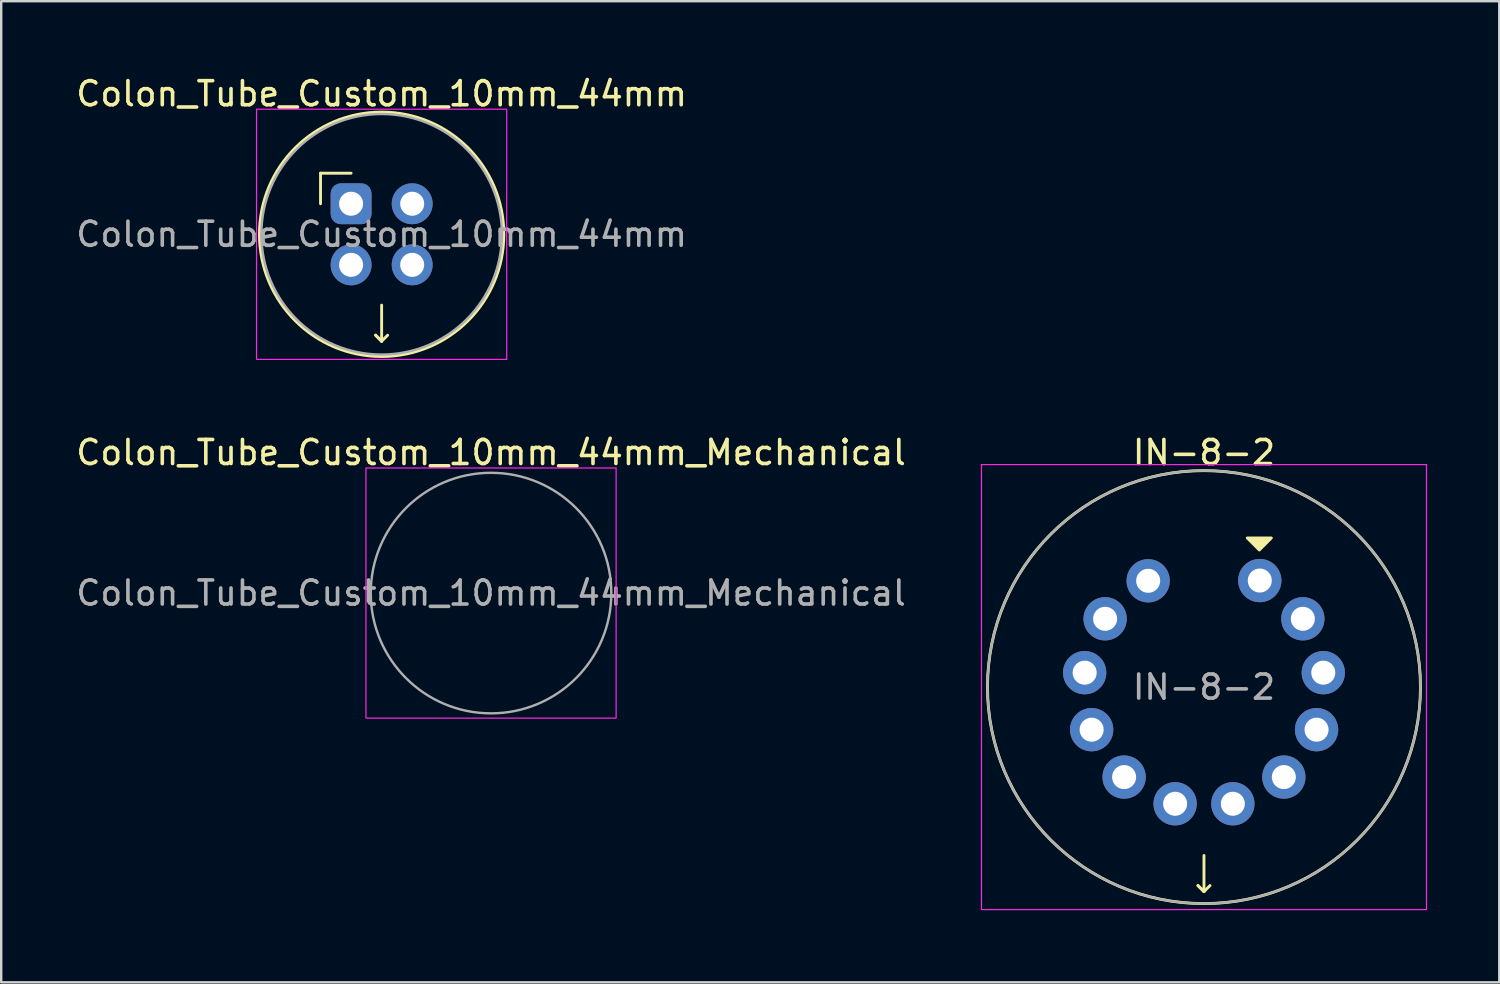
<source format=kicad_pcb>
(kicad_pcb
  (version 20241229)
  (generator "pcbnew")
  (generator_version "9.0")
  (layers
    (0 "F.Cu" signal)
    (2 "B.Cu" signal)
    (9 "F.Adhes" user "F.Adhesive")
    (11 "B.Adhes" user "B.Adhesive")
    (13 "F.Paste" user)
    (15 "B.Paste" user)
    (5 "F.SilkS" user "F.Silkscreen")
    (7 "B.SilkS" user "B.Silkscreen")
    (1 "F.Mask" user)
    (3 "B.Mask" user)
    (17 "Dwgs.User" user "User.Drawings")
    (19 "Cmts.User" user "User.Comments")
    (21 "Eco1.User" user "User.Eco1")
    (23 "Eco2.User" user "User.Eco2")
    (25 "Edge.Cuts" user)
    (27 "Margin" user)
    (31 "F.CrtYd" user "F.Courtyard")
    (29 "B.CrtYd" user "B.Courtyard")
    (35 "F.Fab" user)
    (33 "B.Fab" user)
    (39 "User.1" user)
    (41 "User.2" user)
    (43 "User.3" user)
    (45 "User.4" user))
  (footprint "Colon_Tube_Custom_10mm_44mm_Mechanical"
    (layer "F.Cu")
    (at 16.093 20.335)
    (property "Reference" "Colon_Tube_Custom_10mm_44mm_Mechanical" (at 1.27 -4.572 0) (unlocked yes) (layer "F.SilkS") (effects (font (size 1 1) (thickness 0.15))))
    (attr exclude_from_pos_files exclude_from_bom allow_missing_courtyard)
    (fp_rect (start -3.93 -3.93) (end 6.47 6.47) (stroke (width 0.05) (type default)) (fill no) (layer "F.CrtYd"))
    (fp_circle (center 1.27 1.27) (end 6.27 1.27) (stroke (width 0.1) (type default)) (fill no) (layer "F.Fab"))
    (fp_text user "${REFERENCE}" (at 1.27 1.27 0) (unlocked yes) (layer "F.Fab") (effects (font (size 1 1) (thickness 0.15)))))
  (footprint "Colon_Tube_Custom_10mm_44mm"
    (layer "F.Cu")
    (at 11.545 5.42)
    (property "Reference" "Colon_Tube_Custom_10mm_44mm" (at 1.27 -4.572 0) (unlocked yes) (layer "F.SilkS") (effects (font (size 1 1) (thickness 0.15))))
    (attr through_hole)
    (fp_line (start -1.27 -1.27) (end 0 -1.27) (stroke (width 0.12) (type default)) (layer "F.SilkS"))
    (fp_line (start -1.27 0) (end -1.27 -1.27) (stroke (width 0.12) (type default)) (layer "F.SilkS"))
    (fp_line (start 1.02 5.465) (end 1.27 5.715) (stroke (width 0.12) (type default)) (layer "F.SilkS"))
    (fp_line (start 1.27 4.215) (end 1.27 5.715) (stroke (width 0.12) (type default)) (layer "F.SilkS"))
    (fp_line (start 1.27 5.715) (end 1.02 5.465) (stroke (width 0.12) (type default)) (layer "F.SilkS"))
    (fp_line (start 1.27 5.715) (end 1.52 5.465) (stroke (width 0.12) (type default)) (layer "F.SilkS"))
    (fp_circle (center 1.27 1.27) (end 1.27 -3.81) (stroke (width 0.12) (type default)) (fill no) (layer "F.SilkS"))
    (fp_rect (start -3.93 -3.93) (end 6.47 6.47) (stroke (width 0.05) (type default)) (fill no) (layer "F.CrtYd"))
    (fp_circle (center 1.27 1.27) (end 6.27 1.27) (stroke (width 0.1) (type default)) (fill no) (layer "F.Fab"))
    (fp_text user "${REFERENCE}" (at 1.27 1.27 0) (unlocked yes) (layer "F.Fab") (effects (font (size 1 1) (thickness 0.15))))
    (pad "1" thru_hole roundrect (at 0 0) (size 1.7 1.7) (drill 1) (layers "*.Cu" "*.Mask") (roundrect_rratio 0.25))
    (pad "2" thru_hole circle (at 2.54 0) (size 1.7 1.7) (drill 1) (layers "*.Cu" "*.Mask"))
    (pad "3" thru_hole circle (at 0 2.54) (size 1.7 1.7) (drill 1) (layers "*.Cu" "*.Mask"))
    (pad "4" thru_hole circle (at 2.54 2.54) (size 1.7 1.7) (drill 1) (layers "*.Cu" "*.Mask")))
  (footprint "IN-8-2"
    (layer "F.Cu")
    (at 47.001 25.514)
    (property "Reference" "IN-8-2" (at 0 -9.75 0) (unlocked yes) (layer "F.SilkS") (effects (font (size 1 1) (thickness 0.15))))
    (attr through_hole)
    (fp_line (start -0.25 8.25) (end 0 8.5) (stroke (width 0.12) (type default)) (layer "F.SilkS"))
    (fp_line (start 0 7) (end 0 8.5) (stroke (width 0.12) (type default)) (layer "F.SilkS"))
    (fp_line (start 0 8.5) (end -0.25 8.25) (stroke (width 0.12) (type default)) (layer "F.SilkS"))
    (fp_line (start 0 8.5) (end 0.25 8.25) (stroke (width 0.12) (type default)) (layer "F.SilkS"))
    (fp_circle (center 0 0) (end 0 -9) (stroke (width 0.12) (type default)) (fill no) (layer "F.SilkS"))
    (fp_poly (pts (xy 2.8 -6.2) (xy 1.8 -6.2) (xy 2.3 -5.7)) (stroke (width 0.12) (type solid)) (fill yes) (layer "F.SilkS"))
    (fp_rect (start -9.25 -9.25) (end 9.25 9.25) (stroke (width 0.05) (type default)) (fill no) (layer "F.CrtYd"))
    (fp_circle (center 0 0) (end 0 -9) (stroke (width 0.1) (type default)) (fill no) (layer "F.Fab"))
    (fp_text user "${REFERENCE}" (at 0 0 0) (unlocked yes) (layer "F.Fab") (effects (font (size 1 1) (thickness 0.15))))
    (pad "1" thru_hole circle (at 2.32 -4.43) (size 1.8 1.8) (drill 1) (layers "*.Cu" "*.Mask"))
    (pad "2" thru_hole circle (at 4.11 -2.84) (size 1.8 1.8) (drill 1) (layers "*.Cu" "*.Mask"))
    (pad "3" thru_hole circle (at 4.96 -0.6) (size 1.8 1.8) (drill 1) (layers "*.Cu" "*.Mask"))
    (pad "4" thru_hole circle (at 4.68 1.77) (size 1.8 1.8) (drill 1) (layers "*.Cu" "*.Mask"))
    (pad "5" thru_hole circle (at 3.32 3.74) (size 1.8 1.8) (drill 1) (layers "*.Cu" "*.Mask"))
    (pad "6" thru_hole circle (at 1.2 4.85) (size 1.8 1.8) (drill 1) (layers "*.Cu" "*.Mask"))
    (pad "7" thru_hole circle (at -1.2 4.85) (size 1.8 1.8) (drill 1) (layers "*.Cu" "*.Mask"))
    (pad "8" thru_hole circle (at -3.32 3.74) (size 1.8 1.8) (drill 1) (layers "*.Cu" "*.Mask"))
    (pad "9" thru_hole circle (at -4.67 1.77) (size 1.8 1.8) (drill 1) (layers "*.Cu" "*.Mask"))
    (pad "10" thru_hole circle (at -4.96 -0.6) (size 1.8 1.8) (drill 1) (layers "*.Cu" "*.Mask"))
    (pad "11" thru_hole circle (at -4.11 -2.84) (size 1.8 1.8) (drill 1) (layers "*.Cu" "*.Mask"))
    (pad "12" thru_hole circle (at -2.32 -4.42) (size 1.8 1.8) (drill 1) (layers "*.Cu" "*.Mask")))
  (gr_rect
    (start -3 -3)
    (end 59.276 37.788)
    (stroke (width 0.1) (type default))
    (fill no)
    (layer "Edge.Cuts")))
</source>
